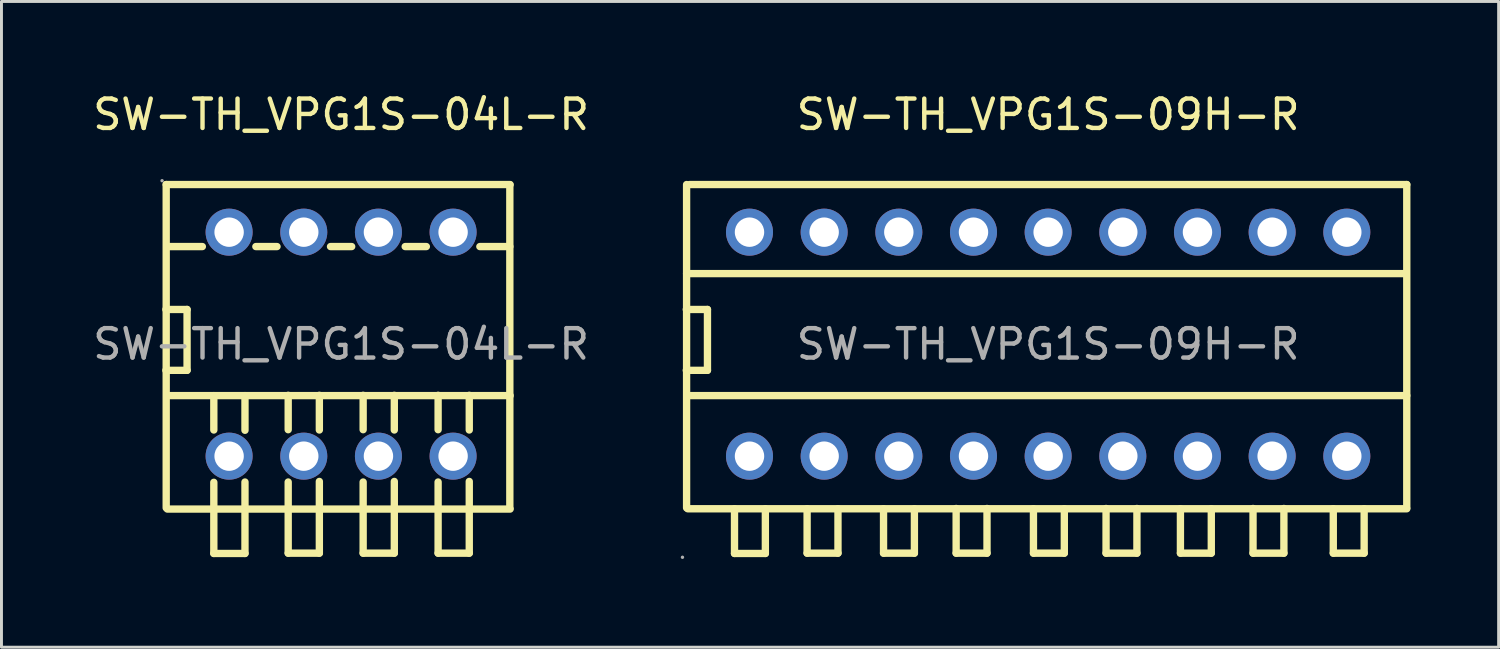
<source format=kicad_pcb>
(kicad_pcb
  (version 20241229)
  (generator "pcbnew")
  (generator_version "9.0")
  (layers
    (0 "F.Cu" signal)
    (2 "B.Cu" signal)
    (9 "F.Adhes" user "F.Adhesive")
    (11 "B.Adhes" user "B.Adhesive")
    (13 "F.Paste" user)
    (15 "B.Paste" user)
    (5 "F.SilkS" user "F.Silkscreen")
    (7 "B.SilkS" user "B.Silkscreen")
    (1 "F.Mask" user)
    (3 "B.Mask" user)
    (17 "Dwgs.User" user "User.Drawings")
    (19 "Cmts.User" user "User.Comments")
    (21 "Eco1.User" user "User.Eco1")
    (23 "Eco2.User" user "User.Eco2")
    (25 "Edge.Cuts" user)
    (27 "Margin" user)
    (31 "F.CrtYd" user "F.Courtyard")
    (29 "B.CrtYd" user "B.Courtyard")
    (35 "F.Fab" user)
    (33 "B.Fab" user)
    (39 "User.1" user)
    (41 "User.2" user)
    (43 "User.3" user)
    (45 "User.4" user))
  (footprint "SW-TH_VPG1S-04L-R"
    (layer "F.Cu")
    (at 8.554 8.658)
    (property "Reference" "SW-TH_VPG1S-04L-R" (at 0 -7.81 0) (layer "F.SilkS") (effects (font (size 1 1) (thickness 0.15))))
    (attr through_hole)
    (fp_line (start -5.96 -1.18) (end -5.24 -1.18) (stroke (width 0.25) (type solid)) (layer "F.SilkS"))
    (fp_line (start -5.95 -5.43) (end -5.95 5.57) (stroke (width 0.25) (type solid)) (layer "F.SilkS"))
    (fp_line (start -5.95 -5.43) (end 5.75 -5.43) (stroke (width 0.25) (type solid)) (layer "F.SilkS"))
    (fp_line (start -5.91 1.75) (end 5.75 1.75) (stroke (width 0.25) (type solid)) (layer "F.SilkS"))
    (fp_line (start -5.9 -3.32) (end -4.72 -3.32) (stroke (width 0.25) (type solid)) (layer "F.SilkS"))
    (fp_line (start -5.24 -1.18) (end -5.24 0.89) (stroke (width 0.25) (type solid)) (layer "F.SilkS"))
    (fp_line (start -5.24 0.89) (end -5.96 0.89) (stroke (width 0.25) (type solid)) (layer "F.SilkS"))
    (fp_line (start -4.33 1.75) (end -4.33 2.92) (stroke (width 0.25) (type solid)) (layer "F.SilkS"))
    (fp_line (start -4.33 4.7) (end -4.33 7.12) (stroke (width 0.25) (type solid)) (layer "F.SilkS"))
    (fp_line (start -4.33 7.12) (end -3.27 7.12) (stroke (width 0.25) (type solid)) (layer "F.SilkS"))
    (fp_line (start -3.27 2.93) (end -3.27 1.75) (stroke (width 0.25) (type solid)) (layer "F.SilkS"))
    (fp_line (start -3.27 7.12) (end -3.27 4.69) (stroke (width 0.25) (type solid)) (layer "F.SilkS"))
    (fp_line (start -2.9 -3.32) (end -2.18 -3.32) (stroke (width 0.25) (type solid)) (layer "F.SilkS"))
    (fp_line (start -1.8 1.74) (end -1.8 2.91) (stroke (width 0.25) (type solid)) (layer "F.SilkS"))
    (fp_line (start -1.8 4.69) (end -1.8 7.11) (stroke (width 0.25) (type solid)) (layer "F.SilkS"))
    (fp_line (start -1.8 7.11) (end -0.74 7.11) (stroke (width 0.25) (type solid)) (layer "F.SilkS"))
    (fp_line (start -0.74 2.92) (end -0.74 1.74) (stroke (width 0.25) (type solid)) (layer "F.SilkS"))
    (fp_line (start -0.74 7.11) (end -0.74 4.67) (stroke (width 0.25) (type solid)) (layer "F.SilkS"))
    (fp_line (start -0.36 -3.32) (end 0.36 -3.32) (stroke (width 0.25) (type solid)) (layer "F.SilkS"))
    (fp_line (start 0.75 1.74) (end 0.75 2.91) (stroke (width 0.25) (type solid)) (layer "F.SilkS"))
    (fp_line (start 0.75 4.69) (end 0.75 7.11) (stroke (width 0.25) (type solid)) (layer "F.SilkS"))
    (fp_line (start 0.75 7.11) (end 1.81 7.11) (stroke (width 0.25) (type solid)) (layer "F.SilkS"))
    (fp_line (start 1.81 2.92) (end 1.81 1.74) (stroke (width 0.25) (type solid)) (layer "F.SilkS"))
    (fp_line (start 1.81 7.11) (end 1.81 4.67) (stroke (width 0.25) (type solid)) (layer "F.SilkS"))
    (fp_line (start 2.18 -3.32) (end 2.9 -3.32) (stroke (width 0.25) (type solid)) (layer "F.SilkS"))
    (fp_line (start 3.3 1.74) (end 3.3 2.91) (stroke (width 0.25) (type solid)) (layer "F.SilkS"))
    (fp_line (start 3.3 4.69) (end 3.3 7.11) (stroke (width 0.25) (type solid)) (layer "F.SilkS"))
    (fp_line (start 3.3 7.11) (end 4.36 7.11) (stroke (width 0.25) (type solid)) (layer "F.SilkS"))
    (fp_line (start 4.36 2.92) (end 4.36 1.74) (stroke (width 0.25) (type solid)) (layer "F.SilkS"))
    (fp_line (start 4.36 7.11) (end 4.36 4.67) (stroke (width 0.25) (type solid)) (layer "F.SilkS"))
    (fp_line (start 4.72 -3.32) (end 5.74 -3.32) (stroke (width 0.25) (type solid)) (layer "F.SilkS"))
    (fp_line (start 5.74 5.58) (end 5.74 -5.42) (stroke (width 0.25) (type solid)) (layer "F.SilkS"))
    (fp_line (start 5.75 5.61) (end -5.91 5.61) (stroke (width 0.25) (type solid)) (layer "F.SilkS"))
    (fp_circle (center -6.09 -5.56) (end -6.06 -5.56) (stroke (width 0.06) (type solid)) (fill no) (layer "F.Fab"))
    (fp_circle (center -3.81 -3.81) (end -3.61 -3.81) (stroke (width 0.4) (type solid)) (fill no) (layer "F.Fab"))
    (fp_circle (center -3.81 3.81) (end -3.61 3.81) (stroke (width 0.4) (type solid)) (fill no) (layer "F.Fab"))
    (fp_circle (center -1.27 -3.81) (end -1.07 -3.81) (stroke (width 0.4) (type solid)) (fill no) (layer "F.Fab"))
    (fp_circle (center -1.27 3.81) (end -1.07 3.81) (stroke (width 0.4) (type solid)) (fill no) (layer "F.Fab"))
    (fp_circle (center 1.27 -3.81) (end 1.47 -3.81) (stroke (width 0.4) (type solid)) (fill no) (layer "F.Fab"))
    (fp_circle (center 1.27 3.81) (end 1.47 3.81) (stroke (width 0.4) (type solid)) (fill no) (layer "F.Fab"))
    (fp_circle (center 3.81 -3.81) (end 4.01 -3.81) (stroke (width 0.4) (type solid)) (fill no) (layer "F.Fab"))
    (fp_circle (center 3.81 3.81) (end 4.01 3.81) (stroke (width 0.4) (type solid)) (fill no) (layer "F.Fab"))
    (fp_text user "${REFERENCE}" (at 0 0 0) (layer "F.Fab") (effects (font (size 1 1) (thickness 0.15))))
    (pad "1" thru_hole circle (at -3.81 -3.81 180) (size 1.6 1.6) (drill 1) (layers "*.Cu" "*.Paste" "*.Mask"))
    (pad "2" thru_hole circle (at -1.27 -3.81 180) (size 1.6 1.6) (drill 1) (layers "*.Cu" "*.Paste" "*.Mask"))
    (pad "3" thru_hole circle (at 1.27 -3.81 180) (size 1.6 1.6) (drill 1) (layers "*.Cu" "*.Paste" "*.Mask"))
    (pad "4" thru_hole circle (at 3.81 -3.81 180) (size 1.6 1.6) (drill 1) (layers "*.Cu" "*.Paste" "*.Mask"))
    (pad "5" thru_hole circle (at -3.81 3.81 180) (size 1.6 1.6) (drill 1) (layers "*.Cu" "*.Paste" "*.Mask"))
    (pad "6" thru_hole circle (at -1.27 3.81 180) (size 1.6 1.6) (drill 1) (layers "*.Cu" "*.Paste" "*.Mask"))
    (pad "7" thru_hole circle (at 1.27 3.81 180) (size 1.6 1.6) (drill 1) (layers "*.Cu" "*.Paste" "*.Mask"))
    (pad "8" thru_hole circle (at 3.81 3.81 180) (size 1.6 1.6) (drill 1) (layers "*.Cu" "*.Paste" "*.Mask")))
  (footprint "SW-TH_VPG1S-09H-R"
    (layer "F.Cu")
    (at 32.607 8.658)
    (property "Reference" "SW-TH_VPG1S-09H-R" (at 0 -7.81 0) (layer "F.SilkS") (effects (font (size 1 1) (thickness 0.15))))
    (attr through_hole)
    (fp_line (start -12.31 -1.18) (end -11.59 -1.18) (stroke (width 0.25) (type solid)) (layer "F.SilkS"))
    (fp_line (start -12.3 -5.43) (end -12.3 5.57) (stroke (width 0.25) (type solid)) (layer "F.SilkS"))
    (fp_line (start -12.3 -2.4) (end 12.15 -2.4) (stroke (width 0.25) (type solid)) (layer "F.SilkS"))
    (fp_line (start -12.26 1.75) (end 12.2 1.75) (stroke (width 0.25) (type solid)) (layer "F.SilkS"))
    (fp_line (start -12.2 -5.43) (end 12.2 -5.43) (stroke (width 0.25) (type solid)) (layer "F.SilkS"))
    (fp_line (start -11.59 -1.18) (end -11.59 0.89) (stroke (width 0.25) (type solid)) (layer "F.SilkS"))
    (fp_line (start -11.59 0.89) (end -12.31 0.89) (stroke (width 0.25) (type solid)) (layer "F.SilkS"))
    (fp_line (start -10.67 5.6) (end -10.67 7.12) (stroke (width 0.25) (type solid)) (layer "F.SilkS"))
    (fp_line (start -10.67 7.12) (end -9.62 7.12) (stroke (width 0.25) (type solid)) (layer "F.SilkS"))
    (fp_line (start -9.62 7.12) (end -9.62 5.6) (stroke (width 0.25) (type solid)) (layer "F.SilkS"))
    (fp_line (start -8.2 5.6) (end -8.2 7.11) (stroke (width 0.25) (type solid)) (layer "F.SilkS"))
    (fp_line (start -8.2 7.11) (end -7.15 7.11) (stroke (width 0.25) (type solid)) (layer "F.SilkS"))
    (fp_line (start -7.15 7.11) (end -7.15 5.6) (stroke (width 0.25) (type solid)) (layer "F.SilkS"))
    (fp_line (start -5.6 5.6) (end -5.6 7.11) (stroke (width 0.25) (type solid)) (layer "F.SilkS"))
    (fp_line (start -5.6 7.11) (end -4.55 7.11) (stroke (width 0.25) (type solid)) (layer "F.SilkS"))
    (fp_line (start -4.55 7.11) (end -4.55 5.6) (stroke (width 0.25) (type solid)) (layer "F.SilkS"))
    (fp_line (start -3.13 5.59) (end -3.13 7.11) (stroke (width 0.25) (type solid)) (layer "F.SilkS"))
    (fp_line (start -3.13 7.11) (end -2.08 7.11) (stroke (width 0.25) (type solid)) (layer "F.SilkS"))
    (fp_line (start -2.08 7.11) (end -2.08 5.59) (stroke (width 0.25) (type solid)) (layer "F.SilkS"))
    (fp_line (start -0.5 5.6) (end -0.5 7.11) (stroke (width 0.25) (type solid)) (layer "F.SilkS"))
    (fp_line (start -0.5 7.11) (end 0.55 7.11) (stroke (width 0.25) (type solid)) (layer "F.SilkS"))
    (fp_line (start 0.55 7.11) (end 0.55 5.6) (stroke (width 0.25) (type solid)) (layer "F.SilkS"))
    (fp_line (start 1.97 5.59) (end 1.97 7.11) (stroke (width 0.25) (type solid)) (layer "F.SilkS"))
    (fp_line (start 1.97 7.11) (end 3.02 7.11) (stroke (width 0.25) (type solid)) (layer "F.SilkS"))
    (fp_line (start 3.02 7.11) (end 3.02 5.59) (stroke (width 0.25) (type solid)) (layer "F.SilkS"))
    (fp_line (start 4.5 5.6) (end 4.5 7.11) (stroke (width 0.25) (type solid)) (layer "F.SilkS"))
    (fp_line (start 4.5 7.11) (end 5.55 7.11) (stroke (width 0.25) (type solid)) (layer "F.SilkS"))
    (fp_line (start 5.55 7.11) (end 5.55 5.6) (stroke (width 0.25) (type solid)) (layer "F.SilkS"))
    (fp_line (start 6.97 5.59) (end 6.97 7.11) (stroke (width 0.25) (type solid)) (layer "F.SilkS"))
    (fp_line (start 6.97 7.11) (end 8.02 7.11) (stroke (width 0.25) (type solid)) (layer "F.SilkS"))
    (fp_line (start 8.02 7.11) (end 8.02 5.59) (stroke (width 0.25) (type solid)) (layer "F.SilkS"))
    (fp_line (start 9.7 5.6) (end 9.7 7.11) (stroke (width 0.25) (type solid)) (layer "F.SilkS"))
    (fp_line (start 9.7 7.11) (end 10.75 7.11) (stroke (width 0.25) (type solid)) (layer "F.SilkS"))
    (fp_line (start 10.75 7.11) (end 10.75 5.6) (stroke (width 0.25) (type solid)) (layer "F.SilkS"))
    (fp_line (start 12.2 5.57) (end 12.2 -5.43) (stroke (width 0.25) (type solid)) (layer "F.SilkS"))
    (fp_line (start 12.2 5.6) (end -12.26 5.6) (stroke (width 0.25) (type solid)) (layer "F.SilkS"))
    (fp_circle (center -12.44 7.25) (end -12.41 7.25) (stroke (width 0.06) (type solid)) (fill no) (layer "F.Fab"))
    (fp_circle (center -10.16 -3.81) (end -9.96 -3.81) (stroke (width 0.4) (type solid)) (fill no) (layer "F.Fab"))
    (fp_circle (center -10.16 3.81) (end -9.96 3.81) (stroke (width 0.4) (type solid)) (fill no) (layer "F.Fab"))
    (fp_circle (center -7.62 -3.81) (end -7.42 -3.81) (stroke (width 0.4) (type solid)) (fill no) (layer "F.Fab"))
    (fp_circle (center -7.62 3.81) (end -7.42 3.81) (stroke (width 0.4) (type solid)) (fill no) (layer "F.Fab"))
    (fp_circle (center -5.08 -3.81) (end -4.88 -3.81) (stroke (width 0.4) (type solid)) (fill no) (layer "F.Fab"))
    (fp_circle (center -5.08 3.81) (end -4.88 3.81) (stroke (width 0.4) (type solid)) (fill no) (layer "F.Fab"))
    (fp_circle (center -2.54 -3.81) (end -2.34 -3.81) (stroke (width 0.4) (type solid)) (fill no) (layer "F.Fab"))
    (fp_circle (center -2.54 3.81) (end -2.34 3.81) (stroke (width 0.4) (type solid)) (fill no) (layer "F.Fab"))
    (fp_circle (center 0 -3.81) (end 0.2 -3.81) (stroke (width 0.4) (type solid)) (fill no) (layer "F.Fab"))
    (fp_circle (center 0 3.81) (end 0.2 3.81) (stroke (width 0.4) (type solid)) (fill no) (layer "F.Fab"))
    (fp_circle (center 2.54 -3.81) (end 2.74 -3.81) (stroke (width 0.4) (type solid)) (fill no) (layer "F.Fab"))
    (fp_circle (center 2.54 3.81) (end 2.74 3.81) (stroke (width 0.4) (type solid)) (fill no) (layer "F.Fab"))
    (fp_circle (center 5.08 -3.81) (end 5.28 -3.81) (stroke (width 0.4) (type solid)) (fill no) (layer "F.Fab"))
    (fp_circle (center 5.08 3.81) (end 5.28 3.81) (stroke (width 0.4) (type solid)) (fill no) (layer "F.Fab"))
    (fp_circle (center 7.62 -3.81) (end 7.82 -3.81) (stroke (width 0.4) (type solid)) (fill no) (layer "F.Fab"))
    (fp_circle (center 7.62 3.81) (end 7.82 3.81) (stroke (width 0.4) (type solid)) (fill no) (layer "F.Fab"))
    (fp_circle (center 10.16 -3.81) (end 10.36 -3.81) (stroke (width 0.4) (type solid)) (fill no) (layer "F.Fab"))
    (fp_circle (center 10.16 3.81) (end 10.36 3.81) (stroke (width 0.4) (type solid)) (fill no) (layer "F.Fab"))
    (fp_text user "${REFERENCE}" (at 0 0 0) (layer "F.Fab") (effects (font (size 1 1) (thickness 0.15))))
    (pad "1" thru_hole circle (at -10.16 3.81) (size 1.6 1.6) (drill 1) (layers "*.Cu" "*.Paste" "*.Mask"))
    (pad "2" thru_hole circle (at -7.62 3.81) (size 1.6 1.6) (drill 1) (layers "*.Cu" "*.Paste" "*.Mask"))
    (pad "3" thru_hole circle (at -5.08 3.81) (size 1.6 1.6) (drill 1) (layers "*.Cu" "*.Paste" "*.Mask"))
    (pad "4" thru_hole circle (at -2.54 3.81) (size 1.6 1.6) (drill 1) (layers "*.Cu" "*.Paste" "*.Mask"))
    (pad "5" thru_hole circle (at 0 3.81) (size 1.6 1.6) (drill 1) (layers "*.Cu" "*.Paste" "*.Mask"))
    (pad "6" thru_hole circle (at 2.54 3.81) (size 1.6 1.6) (drill 1) (layers "*.Cu" "*.Paste" "*.Mask"))
    (pad "7" thru_hole circle (at 5.08 3.81) (size 1.6 1.6) (drill 1) (layers "*.Cu" "*.Paste" "*.Mask"))
    (pad "8" thru_hole circle (at 7.62 3.81) (size 1.6 1.6) (drill 1) (layers "*.Cu" "*.Paste" "*.Mask"))
    (pad "9" thru_hole circle (at 10.16 3.81) (size 1.6 1.6) (drill 1) (layers "*.Cu" "*.Paste" "*.Mask"))
    (pad "10" thru_hole circle (at 10.16 -3.81) (size 1.6 1.6) (drill 1) (layers "*.Cu" "*.Paste" "*.Mask"))
    (pad "11" thru_hole circle (at 7.62 -3.81) (size 1.6 1.6) (drill 1) (layers "*.Cu" "*.Paste" "*.Mask"))
    (pad "12" thru_hole circle (at 5.08 -3.81) (size 1.6 1.6) (drill 1) (layers "*.Cu" "*.Paste" "*.Mask"))
    (pad "13" thru_hole circle (at 2.54 -3.81) (size 1.6 1.6) (drill 1) (layers "*.Cu" "*.Paste" "*.Mask"))
    (pad "14" thru_hole circle (at 0 -3.81) (size 1.6 1.6) (drill 1) (layers "*.Cu" "*.Paste" "*.Mask"))
    (pad "15" thru_hole circle (at -2.54 -3.81) (size 1.6 1.6) (drill 1) (layers "*.Cu" "*.Paste" "*.Mask"))
    (pad "16" thru_hole circle (at -5.08 -3.81) (size 1.6 1.6) (drill 1) (layers "*.Cu" "*.Paste" "*.Mask"))
    (pad "17" thru_hole circle (at -7.62 -3.81) (size 1.6 1.6) (drill 1) (layers "*.Cu" "*.Paste" "*.Mask"))
    (pad "18" thru_hole circle (at -10.16 -3.81) (size 1.6 1.6) (drill 1) (layers "*.Cu" "*.Paste" "*.Mask")))
  (gr_rect
    (start -3 -3)
    (end 47.932 18.968)
    (stroke (width 0.1) (type default))
    (fill no)
    (layer "Edge.Cuts")))
</source>
